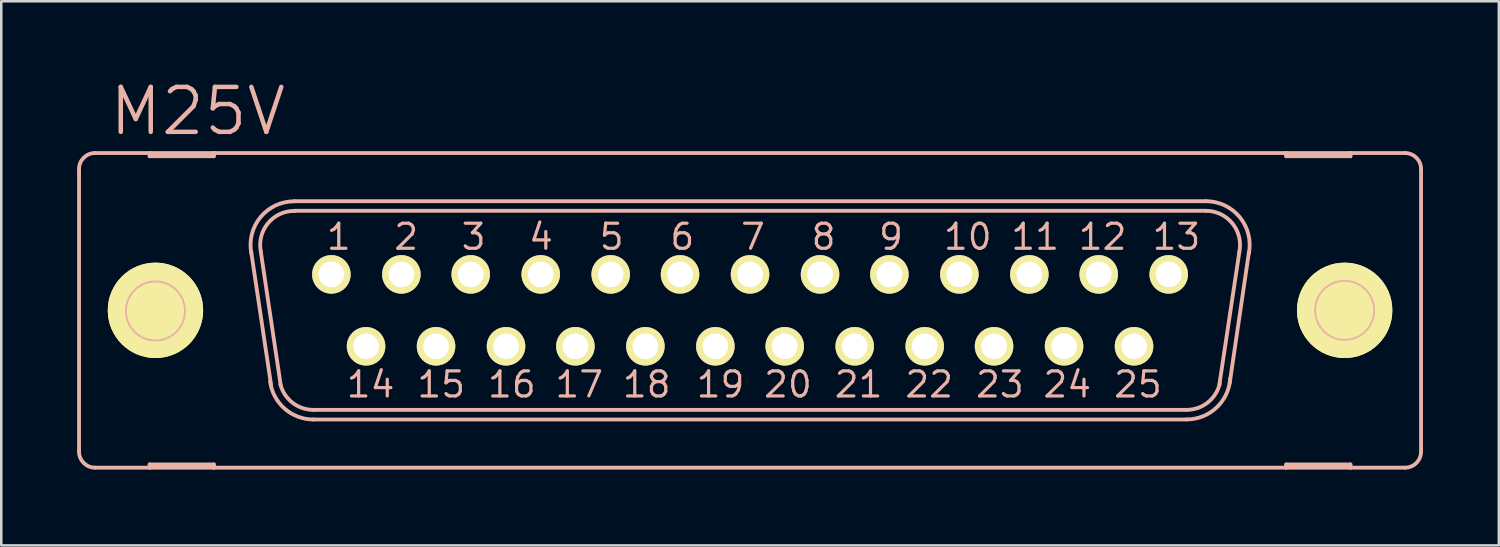
<source format=kicad_pcb>
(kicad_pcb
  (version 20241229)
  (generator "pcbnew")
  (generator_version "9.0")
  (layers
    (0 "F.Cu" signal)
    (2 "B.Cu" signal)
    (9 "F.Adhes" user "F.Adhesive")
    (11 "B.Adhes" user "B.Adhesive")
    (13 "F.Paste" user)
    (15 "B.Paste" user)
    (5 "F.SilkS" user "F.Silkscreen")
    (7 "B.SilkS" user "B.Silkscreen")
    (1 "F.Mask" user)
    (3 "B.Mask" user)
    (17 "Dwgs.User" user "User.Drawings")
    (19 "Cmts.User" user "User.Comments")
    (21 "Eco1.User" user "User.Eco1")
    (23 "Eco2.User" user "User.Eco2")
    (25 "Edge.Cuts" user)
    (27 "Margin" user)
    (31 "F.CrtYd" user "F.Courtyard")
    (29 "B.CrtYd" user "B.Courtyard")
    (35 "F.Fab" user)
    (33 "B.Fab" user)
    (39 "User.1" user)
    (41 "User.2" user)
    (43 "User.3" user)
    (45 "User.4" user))
  (footprint "M25V"
    (layer "F.Cu")
    (at 26.619 9.226)
    (property "Reference" "M25V" (at -21.844 -7.874 0) (layer "B.SilkS") (effects (font (size 1.778 1.778) (thickness 0.178))))
    (attr exclude_from_pos_files exclude_from_bom)
    (fp_line (start -25.171 0) (end -21.869 0) (stroke (width 0.127) (type solid)) (layer "F.SilkS"))
    (fp_line (start -23.52 1.651) (end -23.52 -1.651) (stroke (width 0.127) (type solid)) (layer "F.SilkS"))
    (fp_line (start 21.869 0) (end 25.171 0) (stroke (width 0.127) (type solid)) (layer "F.SilkS"))
    (fp_line (start 23.52 1.651) (end 23.52 -1.651) (stroke (width 0.127) (type solid)) (layer "F.SilkS"))
    (fp_circle (center -23.52 0) (end -24.854 1.333) (stroke (width 0) (type solid)) (fill yes) (layer "F.SilkS"))
    (fp_circle (center -23.52 0) (end -24.854 1.333) (stroke (width 0) (type solid)) (fill yes) (layer "F.SilkS"))
    (fp_circle (center -23.52 0) (end -24.346 0.826) (stroke (width 0.127) (type solid)) (fill no) (layer "F.SilkS"))
    (fp_circle (center -16.561 -1.422) (end -16.688 -1.549) (stroke (width 0.203) (type solid)) (fill no) (layer "F.SilkS"))
    (fp_circle (center -15.189 1.422) (end -15.316 1.549) (stroke (width 0.203) (type solid)) (fill no) (layer "F.SilkS"))
    (fp_circle (center -13.792 -1.422) (end -13.919 -1.549) (stroke (width 0.203) (type solid)) (fill no) (layer "F.SilkS"))
    (fp_circle (center -12.421 1.422) (end -12.548 1.549) (stroke (width 0.203) (type solid)) (fill no) (layer "F.SilkS"))
    (fp_circle (center -11.049 -1.422) (end -11.176 -1.549) (stroke (width 0.203) (type solid)) (fill no) (layer "F.SilkS"))
    (fp_circle (center -9.652 1.422) (end -9.779 1.549) (stroke (width 0.203) (type solid)) (fill no) (layer "F.SilkS"))
    (fp_circle (center -8.28 -1.422) (end -8.407 -1.549) (stroke (width 0.203) (type solid)) (fill no) (layer "F.SilkS"))
    (fp_circle (center -6.909 1.422) (end -7.036 1.549) (stroke (width 0.203) (type solid)) (fill no) (layer "F.SilkS"))
    (fp_circle (center -5.512 -1.422) (end -5.639 -1.549) (stroke (width 0.203) (type solid)) (fill no) (layer "F.SilkS"))
    (fp_circle (center -4.14 1.422) (end -4.267 1.549) (stroke (width 0.203) (type solid)) (fill no) (layer "F.SilkS"))
    (fp_circle (center -2.769 -1.422) (end -2.896 -1.549) (stroke (width 0.203) (type solid)) (fill no) (layer "F.SilkS"))
    (fp_circle (center -1.372 1.422) (end -1.499 1.549) (stroke (width 0.203) (type solid)) (fill no) (layer "F.SilkS"))
    (fp_circle (center 0 -1.422) (end -0.127 -1.549) (stroke (width 0.203) (type solid)) (fill no) (layer "F.SilkS"))
    (fp_circle (center 1.372 1.422) (end 1.499 1.549) (stroke (width 0.203) (type solid)) (fill no) (layer "F.SilkS"))
    (fp_circle (center 2.769 -1.422) (end 2.896 -1.549) (stroke (width 0.203) (type solid)) (fill no) (layer "F.SilkS"))
    (fp_circle (center 4.14 1.422) (end 4.267 1.549) (stroke (width 0.203) (type solid)) (fill no) (layer "F.SilkS"))
    (fp_circle (center 5.512 -1.422) (end 5.639 -1.549) (stroke (width 0.203) (type solid)) (fill no) (layer "F.SilkS"))
    (fp_circle (center 6.909 1.422) (end 7.036 1.549) (stroke (width 0.203) (type solid)) (fill no) (layer "F.SilkS"))
    (fp_circle (center 8.28 -1.422) (end 8.407 -1.549) (stroke (width 0.203) (type solid)) (fill no) (layer "F.SilkS"))
    (fp_circle (center 9.652 1.422) (end 9.779 1.549) (stroke (width 0.203) (type solid)) (fill no) (layer "F.SilkS"))
    (fp_circle (center 11.049 -1.422) (end 11.176 -1.549) (stroke (width 0.203) (type solid)) (fill no) (layer "F.SilkS"))
    (fp_circle (center 12.421 1.422) (end 12.548 1.549) (stroke (width 0.203) (type solid)) (fill no) (layer "F.SilkS"))
    (fp_circle (center 13.792 -1.422) (end 13.919 -1.549) (stroke (width 0.203) (type solid)) (fill no) (layer "F.SilkS"))
    (fp_circle (center 15.189 1.422) (end 15.316 1.549) (stroke (width 0.203) (type solid)) (fill no) (layer "F.SilkS"))
    (fp_circle (center 16.561 -1.422) (end 16.688 -1.549) (stroke (width 0.203) (type solid)) (fill no) (layer "F.SilkS"))
    (fp_circle (center 23.52 0) (end 24.346 0.826) (stroke (width 0.127) (type solid)) (fill no) (layer "F.SilkS"))
    (fp_circle (center 23.52 0) (end 24.854 1.333) (stroke (width 0) (type solid)) (fill yes) (layer "F.SilkS"))
    (fp_circle (center 23.52 0) (end 24.854 1.333) (stroke (width 0) (type solid)) (fill yes) (layer "F.SilkS"))
    (fp_line (start -26.543 -5.588) (end -26.543 5.588) (stroke (width 0.152) (type solid)) (layer "B.SilkS"))
    (fp_line (start -25.908 6.223) (end -23.749 6.223) (stroke (width 0.152) (type solid)) (layer "B.SilkS"))
    (fp_line (start -23.749 -6.223) (end -25.908 -6.223) (stroke (width 0.152) (type solid)) (layer "B.SilkS"))
    (fp_line (start -23.749 -6.223) (end -23.749 -6.096) (stroke (width 0.152) (type solid)) (layer "B.SilkS"))
    (fp_line (start -23.749 -6.096) (end -21.209 -6.096) (stroke (width 0.152) (type solid)) (layer "B.SilkS"))
    (fp_line (start -23.749 6.096) (end -21.209 6.096) (stroke (width 0.152) (type solid)) (layer "B.SilkS"))
    (fp_line (start -23.749 6.223) (end -23.749 6.096) (stroke (width 0.152) (type solid)) (layer "B.SilkS"))
    (fp_line (start -23.749 6.223) (end -21.209 6.223) (stroke (width 0.152) (type solid)) (layer "B.SilkS"))
    (fp_line (start -21.209 -6.223) (end -23.749 -6.223) (stroke (width 0.152) (type solid)) (layer "B.SilkS"))
    (fp_line (start -21.209 -6.096) (end -21.209 -6.223) (stroke (width 0.152) (type solid)) (layer "B.SilkS"))
    (fp_line (start -21.209 6.096) (end -21.209 6.223) (stroke (width 0.152) (type solid)) (layer "B.SilkS"))
    (fp_line (start -21.209 6.223) (end 21.209 6.223) (stroke (width 0.152) (type solid)) (layer "B.SilkS"))
    (fp_line (start -18.948 2.946) (end -19.736 -2.337) (stroke (width 0.152) (type solid)) (layer "B.SilkS"))
    (fp_line (start -18.567 2.946) (end -19.355 -2.337) (stroke (width 0.152) (type solid)) (layer "B.SilkS"))
    (fp_line (start -18.034 -4.318) (end 18.034 -4.318) (stroke (width 0.152) (type solid)) (layer "B.SilkS"))
    (fp_line (start -18.034 -3.937) (end 18.034 -3.937) (stroke (width 0.152) (type solid)) (layer "B.SilkS"))
    (fp_line (start -17.272 3.937) (end 17.272 3.937) (stroke (width 0.152) (type solid)) (layer "B.SilkS"))
    (fp_line (start -17.272 4.318) (end 17.272 4.318) (stroke (width 0.152) (type solid)) (layer "B.SilkS"))
    (fp_line (start 19.355 -2.311) (end 18.567 2.921) (stroke (width 0.152) (type solid)) (layer "B.SilkS"))
    (fp_line (start 19.736 -2.311) (end 18.974 2.87) (stroke (width 0.152) (type solid)) (layer "B.SilkS"))
    (fp_line (start 21.209 -6.223) (end -21.209 -6.223) (stroke (width 0.152) (type solid)) (layer "B.SilkS"))
    (fp_line (start 21.209 -6.223) (end 21.209 -6.096) (stroke (width 0.152) (type solid)) (layer "B.SilkS"))
    (fp_line (start 21.209 -6.096) (end 23.749 -6.096) (stroke (width 0.152) (type solid)) (layer "B.SilkS"))
    (fp_line (start 21.209 6.096) (end 23.749 6.096) (stroke (width 0.152) (type solid)) (layer "B.SilkS"))
    (fp_line (start 21.209 6.223) (end 21.209 6.096) (stroke (width 0.152) (type solid)) (layer "B.SilkS"))
    (fp_line (start 21.209 6.223) (end 23.749 6.223) (stroke (width 0.152) (type solid)) (layer "B.SilkS"))
    (fp_line (start 23.749 -6.223) (end 21.209 -6.223) (stroke (width 0.152) (type solid)) (layer "B.SilkS"))
    (fp_line (start 23.749 -6.096) (end 23.749 -6.223) (stroke (width 0.152) (type solid)) (layer "B.SilkS"))
    (fp_line (start 23.749 6.096) (end 23.749 6.223) (stroke (width 0.152) (type solid)) (layer "B.SilkS"))
    (fp_line (start 23.749 6.223) (end 25.908 6.223) (stroke (width 0.152) (type solid)) (layer "B.SilkS"))
    (fp_line (start 25.908 -6.223) (end 23.749 -6.223) (stroke (width 0.152) (type solid)) (layer "B.SilkS"))
    (fp_line (start 26.543 -5.588) (end 26.543 5.588) (stroke (width 0.152) (type solid)) (layer "B.SilkS"))
    (fp_arc (start -26.543 -5.588) (mid -26.357013 -6.037013) (end -25.908 -6.223) (stroke (width 0.1524) (type solid)) (layer "B.SilkS"))
    (fp_arc (start -25.908 6.223) (mid -26.357013 6.037013) (end -26.543 5.588) (stroke (width 0.1524) (type solid)) (layer "B.SilkS"))
    (fp_arc (start -19.72564 -2.25044) (mid -19.367826 -3.682187) (end -18.033801 -4.313302) (stroke (width 0.1524) (type solid)) (layer "B.SilkS"))
    (fp_arc (start -19.35226 -2.32664) (mid -19.072158 -3.441772) (end -18.03224 -3.932229) (stroke (width 0.1524) (type solid)) (layer "B.SilkS"))
    (fp_arc (start -17.272 3.937) (mid -18.096791 3.655415) (end -18.577188 2.928236) (stroke (width 0.1524) (type solid)) (layer "B.SilkS"))
    (fp_arc (start -17.272 4.318) (mid -18.410733 3.888069) (end -18.984341 2.814511) (stroke (width 0.1524) (type solid)) (layer "B.SilkS"))
    (fp_arc (start 18.034 -4.318) (mid 19.370628 -3.686179) (end 19.730797 -2.252285) (stroke (width 0.1524) (type solid)) (layer "B.SilkS"))
    (fp_arc (start 18.034 -3.937) (mid 19.083648 -3.435219) (end 19.35228 -2.303238) (stroke (width 0.1524) (type solid)) (layer "B.SilkS"))
    (fp_arc (start 18.5801 2.90322) (mid 18.104662 3.646284) (end 17.271518 3.936211) (stroke (width 0.1524) (type solid)) (layer "B.SilkS"))
    (fp_arc (start 18.99412 2.68478) (mid 18.456237 3.843381) (end 17.269364 4.315619) (stroke (width 0.1524) (type solid)) (layer "B.SilkS"))
    (fp_arc (start 25.908 -6.223) (mid 26.357013 -6.037013) (end 26.543 -5.588) (stroke (width 0.1524) (type solid)) (layer "B.SilkS"))
    (fp_arc (start 26.543 5.588) (mid 26.357013 6.037013) (end 25.908 6.223) (stroke (width 0.1524) (type solid)) (layer "B.SilkS"))
    (fp_circle (center -23.52 0.025) (end -24.346 0.851) (stroke (width 0.076) (type solid)) (fill no) (layer "B.SilkS"))
    (fp_circle (center 23.52 0) (end 24.346 0.826) (stroke (width 0.076) (type solid)) (fill no) (layer "B.SilkS"))
    (fp_text user "24" (at 12.548 2.934 0) (layer "B.SilkS") (effects (font (size 0.991 0.991) (thickness 0.127))))
    (fp_text user "3" (at -10.935 -2.908 0) (layer "B.SilkS") (effects (font (size 0.991 0.991) (thickness 0.127))))
    (fp_text user "14" (at -15.011 2.934 0) (layer "B.SilkS") (effects (font (size 0.991 0.991) (thickness 0.127))))
    (fp_text user "23" (at 9.881 2.934 0) (layer "B.SilkS") (effects (font (size 0.991 0.991) (thickness 0.127))))
    (fp_text user "8" (at 2.908 -2.908 0) (layer "B.SilkS") (effects (font (size 0.991 0.991) (thickness 0.127))))
    (fp_text user "25" (at 15.342 2.934 0) (layer "B.SilkS") (effects (font (size 0.991 0.991) (thickness 0.127))))
    (fp_text user "10" (at 8.611 -2.908 0) (layer "B.SilkS") (effects (font (size 0.991 0.991) (thickness 0.127))))
    (fp_text user "15" (at -12.217 2.934 0) (layer "B.SilkS") (effects (font (size 0.991 0.991) (thickness 0.127))))
    (fp_text user "21" (at 4.293 2.934 0) (layer "B.SilkS") (effects (font (size 0.991 0.991) (thickness 0.127))))
    (fp_text user "11" (at 11.278 -2.908 0) (layer "B.SilkS") (effects (font (size 0.991 0.991) (thickness 0.127))))
    (fp_text user "9" (at 5.575 -2.908 0) (layer "B.SilkS") (effects (font (size 0.991 0.991) (thickness 0.127))))
    (fp_text user "4" (at -8.268 -2.908 0) (layer "B.SilkS") (effects (font (size 0.991 0.991) (thickness 0.127))))
    (fp_text user "20" (at 1.499 2.934 0) (layer "B.SilkS") (effects (font (size 0.991 0.991) (thickness 0.127))))
    (fp_text user "13" (at 16.866 -2.908 0) (layer "B.SilkS") (effects (font (size 0.991 0.991) (thickness 0.127))))
    (fp_text user "5" (at -5.474 -2.908 0) (layer "B.SilkS") (effects (font (size 0.991 0.991) (thickness 0.127))))
    (fp_text user "22" (at 7.087 2.934 0) (layer "B.SilkS") (effects (font (size 0.991 0.991) (thickness 0.127))))
    (fp_text user "6" (at -2.68 -2.908 0) (layer "B.SilkS") (effects (font (size 0.991 0.991) (thickness 0.127))))
    (fp_text user "2" (at -13.602 -2.908 0) (layer "B.SilkS") (effects (font (size 0.991 0.991) (thickness 0.127))))
    (fp_text user "1" (at -16.269 -2.908 0) (layer "B.SilkS") (effects (font (size 0.991 0.991) (thickness 0.127))))
    (fp_text user "19" (at -1.168 2.934 0) (layer "B.SilkS") (effects (font (size 0.991 0.991) (thickness 0.127))))
    (fp_text user "16" (at -9.423 2.934 0) (layer "B.SilkS") (effects (font (size 0.991 0.991) (thickness 0.127))))
    (fp_text user "18" (at -4.089 2.934 0) (layer "B.SilkS") (effects (font (size 0.991 0.991) (thickness 0.127))))
    (fp_text user "7" (at 0.114 -2.908 0) (layer "B.SilkS") (effects (font (size 0.991 0.991) (thickness 0.127))))
    (fp_text user "12" (at 13.945 -2.908 0) (layer "B.SilkS") (effects (font (size 0.991 0.991) (thickness 0.127))))
    (fp_text user "17" (at -6.756 2.934 0) (layer "B.SilkS") (effects (font (size 0.991 0.991) (thickness 0.127))))
    (pad "1" thru_hole circle (at -16.561 -1.422) (size 1.524 1.524) (drill 1.016) (layers "*.Cu" "F.Mask" "F.SilkS" "F.Paste"))
    (pad "2" thru_hole circle (at -13.792 -1.422) (size 1.524 1.524) (drill 1.016) (layers "*.Cu" "F.Mask" "F.SilkS" "F.Paste"))
    (pad "3" thru_hole circle (at -11.049 -1.422) (size 1.524 1.524) (drill 1.016) (layers "*.Cu" "F.Mask" "F.SilkS" "F.Paste"))
    (pad "4" thru_hole circle (at -8.28 -1.422) (size 1.524 1.524) (drill 1.016) (layers "*.Cu" "F.Mask" "F.SilkS" "F.Paste"))
    (pad "5" thru_hole circle (at -5.512 -1.422) (size 1.524 1.524) (drill 1.016) (layers "*.Cu" "F.Mask" "F.SilkS" "F.Paste"))
    (pad "6" thru_hole circle (at -2.769 -1.422) (size 1.524 1.524) (drill 1.016) (layers "*.Cu" "F.Mask" "F.SilkS" "F.Paste"))
    (pad "7" thru_hole circle (at 0 -1.422) (size 1.524 1.524) (drill 1.016) (layers "*.Cu" "F.Mask" "F.SilkS" "F.Paste"))
    (pad "8" thru_hole circle (at 2.769 -1.422) (size 1.524 1.524) (drill 1.016) (layers "*.Cu" "F.Mask" "F.SilkS" "F.Paste"))
    (pad "9" thru_hole circle (at 5.512 -1.422) (size 1.524 1.524) (drill 1.016) (layers "*.Cu" "F.Mask" "F.SilkS" "F.Paste"))
    (pad "10" thru_hole circle (at 8.28 -1.422) (size 1.524 1.524) (drill 1.016) (layers "*.Cu" "F.Mask" "F.SilkS" "F.Paste"))
    (pad "11" thru_hole circle (at 11.049 -1.422) (size 1.524 1.524) (drill 1.016) (layers "*.Cu" "F.Mask" "F.SilkS" "F.Paste"))
    (pad "12" thru_hole circle (at 13.792 -1.422) (size 1.524 1.524) (drill 1.016) (layers "*.Cu" "F.Mask" "F.SilkS" "F.Paste"))
    (pad "13" thru_hole circle (at 16.561 -1.422) (size 1.524 1.524) (drill 1.016) (layers "*.Cu" "F.Mask" "F.SilkS" "F.Paste"))
    (pad "14" thru_hole circle (at -15.189 1.422) (size 1.524 1.524) (drill 1.016) (layers "*.Cu" "F.Mask" "F.SilkS" "F.Paste"))
    (pad "15" thru_hole circle (at -12.421 1.422) (size 1.524 1.524) (drill 1.016) (layers "*.Cu" "F.Mask" "F.SilkS" "F.Paste"))
    (pad "16" thru_hole circle (at -9.652 1.422) (size 1.524 1.524) (drill 1.016) (layers "*.Cu" "F.Mask" "F.SilkS" "F.Paste"))
    (pad "17" thru_hole circle (at -6.909 1.422) (size 1.524 1.524) (drill 1.016) (layers "*.Cu" "F.Mask" "F.SilkS" "F.Paste"))
    (pad "18" thru_hole circle (at -4.14 1.422) (size 1.524 1.524) (drill 1.016) (layers "*.Cu" "F.Mask" "F.SilkS" "F.Paste"))
    (pad "19" thru_hole circle (at -1.372 1.422) (size 1.524 1.524) (drill 1.016) (layers "*.Cu" "F.Mask" "F.SilkS" "F.Paste"))
    (pad "20" thru_hole circle (at 1.372 1.422) (size 1.524 1.524) (drill 1.016) (layers "*.Cu" "F.Mask" "F.SilkS" "F.Paste"))
    (pad "21" thru_hole circle (at 4.14 1.422) (size 1.524 1.524) (drill 1.016) (layers "*.Cu" "F.Mask" "F.SilkS" "F.Paste"))
    (pad "22" thru_hole circle (at 6.909 1.422) (size 1.524 1.524) (drill 1.016) (layers "*.Cu" "F.Mask" "F.SilkS" "F.Paste"))
    (pad "23" thru_hole circle (at 9.652 1.422) (size 1.524 1.524) (drill 1.016) (layers "*.Cu" "F.Mask" "F.SilkS" "F.Paste"))
    (pad "24" thru_hole circle (at 12.421 1.422) (size 1.524 1.524) (drill 1.016) (layers "*.Cu" "F.Mask" "F.SilkS" "F.Paste"))
    (pad "25" thru_hole circle (at 15.189 1.422) (size 1.524 1.524) (drill 1.016) (layers "*.Cu" "F.Mask" "F.SilkS" "F.Paste")))
  (gr_rect
    (start -3 -3)
    (end 56.238 18.525)
    (stroke (width 0.1) (type default))
    (fill no)
    (layer "Edge.Cuts")))
</source>
